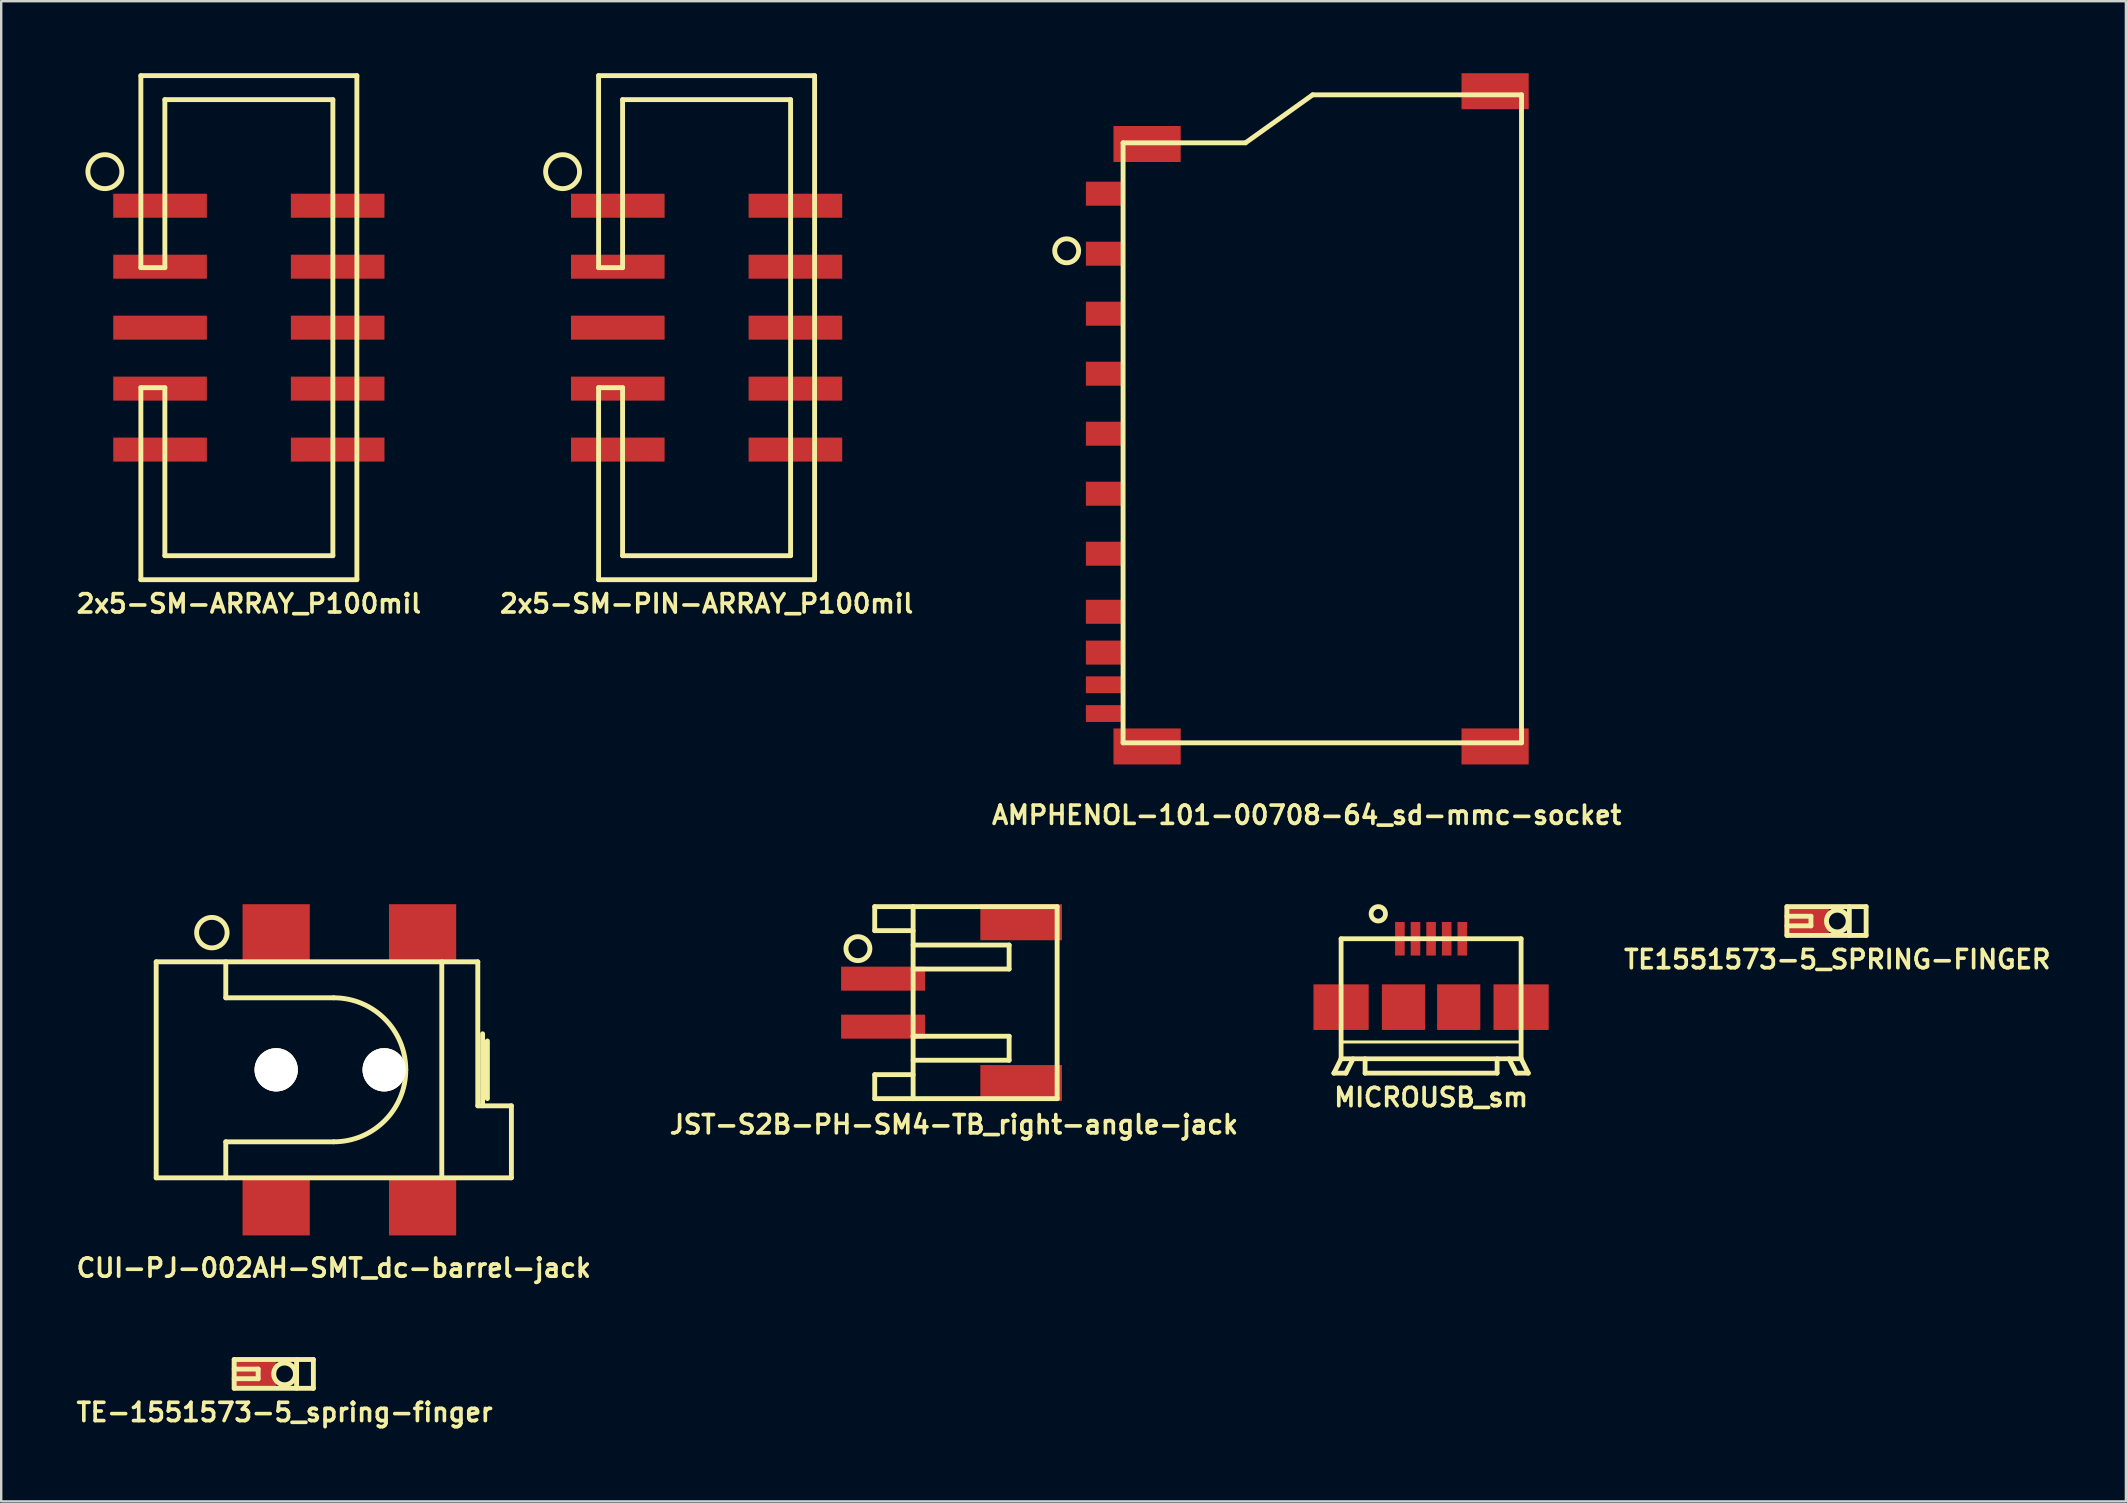
<source format=kicad_pcb>
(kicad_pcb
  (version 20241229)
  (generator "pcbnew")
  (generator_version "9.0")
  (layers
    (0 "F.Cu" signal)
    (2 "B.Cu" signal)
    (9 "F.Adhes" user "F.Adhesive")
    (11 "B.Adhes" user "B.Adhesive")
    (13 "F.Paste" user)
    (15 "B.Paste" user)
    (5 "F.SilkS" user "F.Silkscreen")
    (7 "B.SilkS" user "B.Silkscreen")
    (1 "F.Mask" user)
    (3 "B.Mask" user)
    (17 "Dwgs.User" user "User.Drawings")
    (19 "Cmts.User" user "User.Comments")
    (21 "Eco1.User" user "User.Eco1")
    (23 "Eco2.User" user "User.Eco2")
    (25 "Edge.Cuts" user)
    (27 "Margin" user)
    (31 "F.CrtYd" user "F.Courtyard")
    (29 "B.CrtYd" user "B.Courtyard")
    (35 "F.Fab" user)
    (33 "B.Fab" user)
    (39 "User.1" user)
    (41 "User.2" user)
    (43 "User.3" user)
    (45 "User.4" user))
  (footprint "JST-S2B-PH-SM4-TB_right-angle-jack"
    (layer "F.Cu")
    (at 36.695 38.725)
    (property "Reference" "JST-S2B-PH-SM4-TB_right-angle-jack" (at 0 5.08 0) (layer "F.SilkS") (effects (font (size 0.762 0.762) (thickness 0.152))))
    (attr through_hole)
    (fp_line (start -3.3 -4) (end -3.3 -3) (stroke (width 0.203) (type solid)) (layer "F.SilkS"))
    (fp_line (start -3.3 -3) (end -1.7 -3) (stroke (width 0.203) (type solid)) (layer "F.SilkS"))
    (fp_line (start -3.3 3) (end -1.7 3) (stroke (width 0.203) (type solid)) (layer "F.SilkS"))
    (fp_line (start -3.3 4) (end -3.3 3) (stroke (width 0.203) (type solid)) (layer "F.SilkS"))
    (fp_line (start -1.7 -4) (end -3.3 -4) (stroke (width 0.203) (type solid)) (layer "F.SilkS"))
    (fp_line (start -1.7 -4) (end -1.7 4) (stroke (width 0.203) (type solid)) (layer "F.SilkS"))
    (fp_line (start -1.7 -2.4) (end 2.3 -2.4) (stroke (width 0.203) (type solid)) (layer "F.SilkS"))
    (fp_line (start -1.7 1.4) (end -1.6 1.4) (stroke (width 0.203) (type solid)) (layer "F.SilkS"))
    (fp_line (start -1.7 2.4) (end 2.3 2.4) (stroke (width 0.203) (type solid)) (layer "F.SilkS"))
    (fp_line (start -1.7 4) (end -3.3 4) (stroke (width 0.203) (type solid)) (layer "F.SilkS"))
    (fp_line (start -1.7 4) (end 4.3 4) (stroke (width 0.203) (type solid)) (layer "F.SilkS"))
    (fp_line (start 2.3 -2.4) (end 2.3 -1.4) (stroke (width 0.203) (type solid)) (layer "F.SilkS"))
    (fp_line (start 2.3 -1.4) (end -1.7 -1.4) (stroke (width 0.203) (type solid)) (layer "F.SilkS"))
    (fp_line (start 2.3 1.4) (end -1.7 1.4) (stroke (width 0.203) (type solid)) (layer "F.SilkS"))
    (fp_line (start 2.3 2.4) (end 2.3 1.4) (stroke (width 0.203) (type solid)) (layer "F.SilkS"))
    (fp_line (start 4.3 -4) (end -1.7 -4) (stroke (width 0.203) (type solid)) (layer "F.SilkS"))
    (fp_line (start 4.3 4) (end 4.3 -4) (stroke (width 0.203) (type solid)) (layer "F.SilkS"))
    (fp_circle (center -4 -2.25) (end -3.5 -2.25) (stroke (width 0.203) (type solid)) (fill no) (layer "F.SilkS"))
    (pad "" smd rect (at 2.8 -3.35) (size 3.4 1.5) (layers "F.Cu" "F.Mask" "F.Paste"))
    (pad "" smd rect (at 2.8 3.35) (size 3.4 1.5) (layers "F.Cu" "F.Mask" "F.Paste"))
    (pad "1" smd rect (at -2.95 -1) (size 3.5 1) (layers "F.Cu" "F.Mask" "F.Paste"))
    (pad "2" smd rect (at -2.95 1) (size 3.5 1) (layers "F.Cu" "F.Mask" "F.Paste")))
  (footprint "CUI-PJ-002AH-SMT_dc-barrel-jack"
    (layer "F.Cu")
    (at 10.857 41.523)
    (property "Reference" "CUI-PJ-002AH-SMT_dc-barrel-jack" (at 0 8.255 0) (layer "F.SilkS") (effects (font (size 0.762 0.762) (thickness 0.152))))
    (attr smd)
    (fp_line (start -7.4 -4.5) (end -7.4 4.5) (stroke (width 0.203) (type solid)) (layer "F.SilkS"))
    (fp_line (start -7.4 4.5) (end 7.4 4.5) (stroke (width 0.203) (type solid)) (layer "F.SilkS"))
    (fp_line (start -4.5 -3) (end -4.5 -4.5) (stroke (width 0.203) (type solid)) (layer "F.SilkS"))
    (fp_line (start -4.5 3) (end 0 3) (stroke (width 0.203) (type solid)) (layer "F.SilkS"))
    (fp_line (start -4.5 4.5) (end -4.5 3) (stroke (width 0.203) (type solid)) (layer "F.SilkS"))
    (fp_line (start 0 -3) (end -4.5 -3) (stroke (width 0.203) (type solid)) (layer "F.SilkS"))
    (fp_line (start 4.5 -4.5) (end 4.5 4.5) (stroke (width 0.203) (type solid)) (layer "F.SilkS"))
    (fp_line (start 6 -4.5) (end -7.4 -4.5) (stroke (width 0.203) (type solid)) (layer "F.SilkS"))
    (fp_line (start 6 1.5) (end 6 -4.5) (stroke (width 0.203) (type solid)) (layer "F.SilkS"))
    (fp_line (start 6.2 1.5) (end 6.2 -1.5) (stroke (width 0.203) (type solid)) (layer "F.SilkS"))
    (fp_line (start 6.4 -1.2) (end 6.4 1.2) (stroke (width 0.203) (type solid)) (layer "F.SilkS"))
    (fp_line (start 7.4 1.5) (end 6 1.5) (stroke (width 0.203) (type solid)) (layer "F.SilkS"))
    (fp_line (start 7.4 4.5) (end 7.4 1.5) (stroke (width 0.203) (type solid)) (layer "F.SilkS"))
    (fp_arc (start 0 -3) (mid 2.12132 -2.12132) (end 3 0) (stroke (width 0.2032) (type solid)) (layer "F.SilkS"))
    (fp_arc (start 3 0) (mid 2.12132 2.12132) (end 0 3) (stroke (width 0.2032) (type solid)) (layer "F.SilkS"))
    (fp_circle (center -5.08 -5.715) (end -4.445 -5.715) (stroke (width 0.203) (type solid)) (fill no) (layer "F.SilkS"))
    (pad "" thru_hole circle (at -2.4 0) (size 1.8 1.8) (drill 1.8) (layers "*.Cu" "*.Mask" "F.SilkS"))
    (pad "" thru_hole circle (at 2.1 0) (size 1.8 1.8) (drill 1.8) (layers "*.Cu" "*.Mask" "F.SilkS"))
    (pad "1" smd rect (at -2.4 -5.7) (size 2.8 2.4) (layers "F.Cu" "F.Mask" "F.Paste"))
    (pad "1" smd rect (at 3.7 -5.7) (size 2.8 2.4) (layers "F.Cu" "F.Mask" "F.Paste"))
    (pad "2" smd rect (at -2.4 5.7) (size 2.8 2.4) (layers "F.Cu" "F.Mask" "F.Paste"))
    (pad "3" smd rect (at 3.7 5.7) (size 2.8 2.4) (layers "F.Cu" "F.Mask" "F.Paste")))
  (footprint "2x5-SM-ARRAY_P100mil"
    (layer "F.Cu")
    (at 7.319 10.602)
    (property "Reference" "2x5-SM-ARRAY_P100mil" (at 0 11.5 0) (layer "F.SilkS") (effects (font (size 0.762 0.762) (thickness 0.152))))
    (attr smd)
    (fp_line (start -4.5 -10.5) (end 4.5 -10.5) (stroke (width 0.203) (type solid)) (layer "F.SilkS"))
    (fp_line (start -4.5 -2.5) (end -4.5 -10.5) (stroke (width 0.203) (type solid)) (layer "F.SilkS"))
    (fp_line (start -4.5 -2.5) (end -3.5 -2.5) (stroke (width 0.203) (type solid)) (layer "F.SilkS"))
    (fp_line (start -4.5 10.5) (end -4.5 2.5) (stroke (width 0.203) (type solid)) (layer "F.SilkS"))
    (fp_line (start -3.5 -9.5) (end 3.5 -9.5) (stroke (width 0.203) (type solid)) (layer "F.SilkS"))
    (fp_line (start -3.5 -2.5) (end -3.5 -9.5) (stroke (width 0.203) (type solid)) (layer "F.SilkS"))
    (fp_line (start -3.5 2.5) (end -4.5 2.5) (stroke (width 0.203) (type solid)) (layer "F.SilkS"))
    (fp_line (start -3.5 9.5) (end -3.5 2.5) (stroke (width 0.203) (type solid)) (layer "F.SilkS"))
    (fp_line (start 3.5 -9.5) (end 3.5 9.5) (stroke (width 0.203) (type solid)) (layer "F.SilkS"))
    (fp_line (start 3.5 9.5) (end -3.5 9.5) (stroke (width 0.203) (type solid)) (layer "F.SilkS"))
    (fp_line (start 4.5 -10.5) (end 4.5 10.5) (stroke (width 0.203) (type solid)) (layer "F.SilkS"))
    (fp_line (start 4.5 10.5) (end -4.5 10.5) (stroke (width 0.203) (type solid)) (layer "F.SilkS"))
    (fp_circle (center -6 -6.5) (end -5.5 -6) (stroke (width 0.203) (type solid)) (fill no) (layer "F.SilkS"))
    (pad "1" smd rect (at -3.7 -5.08) (size 3.9 1) (layers "F.Cu" "F.Mask" "F.Paste"))
    (pad "2" smd rect (at 3.7 -5.08) (size 3.9 1) (layers "F.Cu" "F.Mask" "F.Paste"))
    (pad "3" smd rect (at -3.7 -2.54) (size 3.9 1) (layers "F.Cu" "F.Mask" "F.Paste"))
    (pad "4" smd rect (at 3.7 -2.54) (size 3.9 1) (layers "F.Cu" "F.Mask" "F.Paste"))
    (pad "5" smd rect (at -3.7 0) (size 3.9 1) (layers "F.Cu" "F.Mask" "F.Paste"))
    (pad "6" smd rect (at 3.7 0) (size 3.9 1) (layers "F.Cu" "F.Mask" "F.Paste"))
    (pad "7" smd rect (at -3.7 2.54) (size 3.9 1) (layers "F.Cu" "F.Mask" "F.Paste"))
    (pad "8" smd rect (at 3.7 2.54) (size 3.9 1) (layers "F.Cu" "F.Mask" "F.Paste"))
    (pad "9" smd rect (at -3.7 5.08) (size 3.9 1) (layers "F.Cu" "F.Mask" "F.Paste"))
    (pad "10" smd rect (at 3.7 5.08) (size 3.9 1) (layers "F.Cu" "F.Mask" "F.Paste")))
  (footprint "MICROUSB_sm"
    (layer "F.Cu")
    (at 56.576 38.863)
    (property "Reference" "MICROUSB_sm" (at 0 3.81 0) (layer "F.SilkS") (effects (font (size 0.762 0.762) (thickness 0.152))))
    (attr smd)
    (fp_line (start -4.05 2.8) (end -3.55 2.8) (stroke (width 0.2) (type solid)) (layer "F.SilkS"))
    (fp_line (start -3.75 -2.8) (end -3.75 2.2) (stroke (width 0.2) (type solid)) (layer "F.SilkS"))
    (fp_line (start -3.75 2.2) (end -4.05 2.8) (stroke (width 0.2) (type solid)) (layer "F.SilkS"))
    (fp_line (start -3.25 2.2) (end -3.55 2.8) (stroke (width 0.2) (type solid)) (layer "F.SilkS"))
    (fp_line (start -2.75 2.2) (end -2.75 2.8) (stroke (width 0.2) (type solid)) (layer "F.SilkS"))
    (fp_line (start -2.75 2.8) (end 2.75 2.8) (stroke (width 0.2) (type solid)) (layer "F.SilkS"))
    (fp_line (start 2.75 2.8) (end 2.75 2.2) (stroke (width 0.2) (type solid)) (layer "F.SilkS"))
    (fp_line (start 3.25 2.2) (end 3.55 2.8) (stroke (width 0.2) (type solid)) (layer "F.SilkS"))
    (fp_line (start 3.75 -2.8) (end -3.75 -2.8) (stroke (width 0.2) (type solid)) (layer "F.SilkS"))
    (fp_line (start 3.75 1.5) (end -3.75 1.5) (stroke (width 0.127) (type solid)) (layer "F.SilkS"))
    (fp_line (start 3.75 2.2) (end -3.75 2.2) (stroke (width 0.2) (type solid)) (layer "F.SilkS"))
    (fp_line (start 3.75 2.2) (end 3.75 -2.8) (stroke (width 0.2) (type solid)) (layer "F.SilkS"))
    (fp_line (start 3.75 2.2) (end 4.05 2.8) (stroke (width 0.2) (type solid)) (layer "F.SilkS"))
    (fp_line (start 4.05 2.8) (end 3.55 2.8) (stroke (width 0.2) (type solid)) (layer "F.SilkS"))
    (fp_circle (center -2.2 -3.84) (end -2.2 -4.14) (stroke (width 0.2) (type solid)) (fill no) (layer "F.SilkS"))
    (pad "" smd rect (at -3.75 0.05 90) (size 1.9 2.3) (layers "F.Cu" "F.Mask" "F.Paste"))
    (pad "" smd rect (at -1.15 0.05 90) (size 1.9 1.8) (layers "F.Cu" "F.Mask" "F.Paste"))
    (pad "" smd rect (at 1.15 0.05 90) (size 1.9 1.8) (layers "F.Cu" "F.Mask" "F.Paste"))
    (pad "" smd rect (at 3.75 0.05 90) (size 1.9 2.3) (layers "F.Cu" "F.Mask" "F.Paste"))
    (pad "1" smd rect (at -1.3 -2.8 90) (size 1.4 0.4) (layers "F.Cu" "F.Mask" "F.Paste"))
    (pad "2" smd rect (at -0.65 -2.8 90) (size 1.4 0.4) (layers "F.Cu" "F.Mask" "F.Paste"))
    (pad "3" smd rect (at 0 -2.8 90) (size 1.4 0.4) (layers "F.Cu" "F.Mask" "F.Paste"))
    (pad "4" smd rect (at 0.65 -2.8 90) (size 1.4 0.4) (layers "F.Cu" "F.Mask" "F.Paste"))
    (pad "5" smd rect (at 1.3 -2.8 90) (size 1.4 0.4) (layers "F.Cu" "F.Mask" "F.Paste")))
  (footprint "TE-1551573-5_spring-finger"
    (layer "F.Cu")
    (at 8.807 54.193)
    (property "Reference" "TE-1551573-5_spring-finger" (at 0 1.6 0) (layer "F.SilkS") (effects (font (size 0.762 0.762) (thickness 0.152))))
    (attr smd)
    (fp_line (start -2.1 -0.6) (end -2.1 0.6) (stroke (width 0.203) (type solid)) (layer "F.SilkS"))
    (fp_line (start -2.1 0.2) (end -1.1 0.2) (stroke (width 0.203) (type solid)) (layer "F.SilkS"))
    (fp_line (start -2.1 0.6) (end 1.2 0.6) (stroke (width 0.203) (type solid)) (layer "F.SilkS"))
    (fp_line (start -1.1 -0.2) (end -2.1 -0.2) (stroke (width 0.203) (type solid)) (layer "F.SilkS"))
    (fp_line (start -1.1 0.2) (end -1.1 -0.2) (stroke (width 0.203) (type solid)) (layer "F.SilkS"))
    (fp_line (start 0.5 0.6) (end 0.5 -0.6) (stroke (width 0.203) (type solid)) (layer "F.SilkS"))
    (fp_line (start 1.2 -0.6) (end -2.1 -0.6) (stroke (width 0.203) (type solid)) (layer "F.SilkS"))
    (fp_line (start 1.2 0.6) (end 1.2 -0.6) (stroke (width 0.203) (type solid)) (layer "F.SilkS"))
    (fp_circle (center 0 0) (end 0.45 0.05) (stroke (width 0.203) (type solid)) (fill no) (layer "F.SilkS"))
    (pad "1" smd rect (at -1.275 0 180) (size 1.85 1.1) (layers "F.Cu" "F.Mask" "F.Paste")))
  (footprint "TE1551573-5_SPRING-FINGER"
    (layer "F.Cu")
    (at 73.501 35.325)
    (property "Reference" "TE1551573-5_SPRING-FINGER" (at 0 1.6 0) (layer "F.SilkS") (effects (font (size 0.762 0.762) (thickness 0.152))))
    (attr smd)
    (fp_line (start -2.1 -0.6) (end -2.1 0.6) (stroke (width 0.203) (type solid)) (layer "F.SilkS"))
    (fp_line (start -2.1 0.2) (end -1.1 0.2) (stroke (width 0.203) (type solid)) (layer "F.SilkS"))
    (fp_line (start -2.1 0.6) (end 1.2 0.6) (stroke (width 0.203) (type solid)) (layer "F.SilkS"))
    (fp_line (start -1.1 -0.2) (end -2.1 -0.2) (stroke (width 0.203) (type solid)) (layer "F.SilkS"))
    (fp_line (start -1.1 0.2) (end -1.1 -0.2) (stroke (width 0.203) (type solid)) (layer "F.SilkS"))
    (fp_line (start 0.5 0.6) (end 0.5 -0.6) (stroke (width 0.203) (type solid)) (layer "F.SilkS"))
    (fp_line (start 1.2 -0.6) (end -2.1 -0.6) (stroke (width 0.203) (type solid)) (layer "F.SilkS"))
    (fp_line (start 1.2 0.6) (end 1.2 -0.6) (stroke (width 0.203) (type solid)) (layer "F.SilkS"))
    (fp_circle (center 0 0) (end 0.45 0.05) (stroke (width 0.203) (type solid)) (fill no) (layer "F.SilkS"))
    (pad "1" smd rect (at -1.275 0 180) (size 1.85 1.1) (layers "F.Cu" "F.Mask" "F.Paste")))
  (footprint "2x5-SM-PIN-ARRAY_P100mil"
    (layer "F.Cu")
    (at 26.39 10.602)
    (property "Reference" "2x5-SM-PIN-ARRAY_P100mil" (at 0 11.5 0) (layer "F.SilkS") (effects (font (size 0.762 0.762) (thickness 0.152))))
    (attr smd)
    (fp_line (start -4.5 -10.5) (end 4.5 -10.5) (stroke (width 0.203) (type solid)) (layer "F.SilkS"))
    (fp_line (start -4.5 -2.5) (end -4.5 -10.5) (stroke (width 0.203) (type solid)) (layer "F.SilkS"))
    (fp_line (start -4.5 -2.5) (end -3.5 -2.5) (stroke (width 0.203) (type solid)) (layer "F.SilkS"))
    (fp_line (start -4.5 10.5) (end -4.5 2.5) (stroke (width 0.203) (type solid)) (layer "F.SilkS"))
    (fp_line (start -3.5 -9.5) (end 3.5 -9.5) (stroke (width 0.203) (type solid)) (layer "F.SilkS"))
    (fp_line (start -3.5 -2.5) (end -3.5 -9.5) (stroke (width 0.203) (type solid)) (layer "F.SilkS"))
    (fp_line (start -3.5 2.5) (end -4.5 2.5) (stroke (width 0.203) (type solid)) (layer "F.SilkS"))
    (fp_line (start -3.5 9.5) (end -3.5 2.5) (stroke (width 0.203) (type solid)) (layer "F.SilkS"))
    (fp_line (start 3.5 -9.5) (end 3.5 9.5) (stroke (width 0.203) (type solid)) (layer "F.SilkS"))
    (fp_line (start 3.5 9.5) (end -3.5 9.5) (stroke (width 0.203) (type solid)) (layer "F.SilkS"))
    (fp_line (start 4.5 -10.5) (end 4.5 10.5) (stroke (width 0.203) (type solid)) (layer "F.SilkS"))
    (fp_line (start 4.5 10.5) (end -4.5 10.5) (stroke (width 0.203) (type solid)) (layer "F.SilkS"))
    (fp_circle (center -6 -6.5) (end -5.5 -6) (stroke (width 0.203) (type solid)) (fill no) (layer "F.SilkS"))
    (pad "1" smd rect (at -3.7 -5.08) (size 3.9 1) (layers "F.Cu" "F.Mask" "F.Paste"))
    (pad "2" smd rect (at 3.7 -5.08) (size 3.9 1) (layers "F.Cu" "F.Mask" "F.Paste"))
    (pad "3" smd rect (at -3.7 -2.54) (size 3.9 1) (layers "F.Cu" "F.Mask" "F.Paste"))
    (pad "4" smd rect (at 3.7 -2.54) (size 3.9 1) (layers "F.Cu" "F.Mask" "F.Paste"))
    (pad "5" smd rect (at -3.7 0) (size 3.9 1) (layers "F.Cu" "F.Mask" "F.Paste"))
    (pad "6" smd rect (at 3.7 0) (size 3.9 1) (layers "F.Cu" "F.Mask" "F.Paste"))
    (pad "7" smd rect (at -3.7 2.54) (size 3.9 1) (layers "F.Cu" "F.Mask" "F.Paste"))
    (pad "8" smd rect (at 3.7 2.54) (size 3.9 1) (layers "F.Cu" "F.Mask" "F.Paste"))
    (pad "9" smd rect (at -3.7 5.08) (size 3.9 1) (layers "F.Cu" "F.Mask" "F.Paste"))
    (pad "10" smd rect (at 3.7 5.08) (size 3.9 1) (layers "F.Cu" "F.Mask" "F.Paste")))
  (footprint "AMPHENOL-101-00708-64_sd-mmc-socket"
    (layer "F.Cu")
    (at 51.393 14.4)
    (property "Reference" "AMPHENOL-101-00708-64_sd-mmc-socket" (at 0 16.51 0) (layer "F.SilkS") (effects (font (size 0.762 0.762) (thickness 0.152))))
    (attr through_hole)
    (fp_line (start -7.65 -11.5) (end -7.65 13.5) (stroke (width 0.203) (type solid)) (layer "F.SilkS"))
    (fp_line (start -7.65 13.5) (end 8.95 13.5) (stroke (width 0.203) (type solid)) (layer "F.SilkS"))
    (fp_line (start -2.55 -11.5) (end -7.65 -11.5) (stroke (width 0.203) (type solid)) (layer "F.SilkS"))
    (fp_line (start 0.25 -13.5) (end -2.55 -11.5) (stroke (width 0.203) (type solid)) (layer "F.SilkS"))
    (fp_line (start 8.95 -13.5) (end 0.25 -13.5) (stroke (width 0.203) (type solid)) (layer "F.SilkS"))
    (fp_line (start 8.95 13.5) (end 8.95 -13.5) (stroke (width 0.203) (type solid)) (layer "F.SilkS"))
    (fp_circle (center -10 -7) (end -9.5 -7) (stroke (width 0.203) (type solid)) (fill no) (layer "F.SilkS"))
    (pad "1" smd rect (at -8.45 -6.88) (size 1.5 1) (layers "F.Cu" "F.Mask" "F.Paste"))
    (pad "2" smd rect (at -8.45 -4.38) (size 1.5 1) (layers "F.Cu" "F.Mask" "F.Paste"))
    (pad "3" smd rect (at -8.45 -1.88) (size 1.5 1) (layers "F.Cu" "F.Mask" "F.Paste"))
    (pad "4" smd rect (at -8.45 0.62) (size 1.5 1) (layers "F.Cu" "F.Mask" "F.Paste"))
    (pad "5" smd rect (at -8.45 3.12) (size 1.5 1) (layers "F.Cu" "F.Mask" "F.Paste"))
    (pad "6" smd rect (at -8.45 5.62) (size 1.5 1) (layers "F.Cu" "F.Mask" "F.Paste"))
    (pad "7" smd rect (at -8.45 8.04) (size 1.5 1) (layers "F.Cu" "F.Mask" "F.Paste"))
    (pad "8" smd rect (at -8.45 9.74) (size 1.5 1) (layers "F.Cu" "F.Mask" "F.Paste"))
    (pad "9" smd rect (at -8.45 -9.38) (size 1.5 1) (layers "F.Cu" "F.Mask" "F.Paste"))
    (pad "CD" smd rect (at -8.45 11.08) (size 1.5 0.7) (layers "F.Cu" "F.Mask" "F.Paste"))
    (pad "SG" smd rect (at -6.65 -11.45) (size 2.8 1.5) (layers "F.Cu" "F.Mask" "F.Paste"))
    (pad "SG" smd rect (at -6.65 13.65) (size 2.8 1.5) (layers "F.Cu" "F.Mask" "F.Paste"))
    (pad "SG" smd rect (at 7.85 -13.65) (size 2.8 1.5) (layers "F.Cu" "F.Mask" "F.Paste"))
    (pad "SG" smd rect (at 7.85 13.65) (size 2.8 1.5) (layers "F.Cu" "F.Mask" "F.Paste"))
    (pad "WP" smd rect (at -8.45 12.28) (size 1.5 0.7) (layers "F.Cu" "F.Mask" "F.Paste")))
  (gr_rect
    (start -3 -3)
    (end 85.525 59.506)
    (stroke (width 0.1) (type default))
    (fill no)
    (layer "Edge.Cuts")))
</source>
